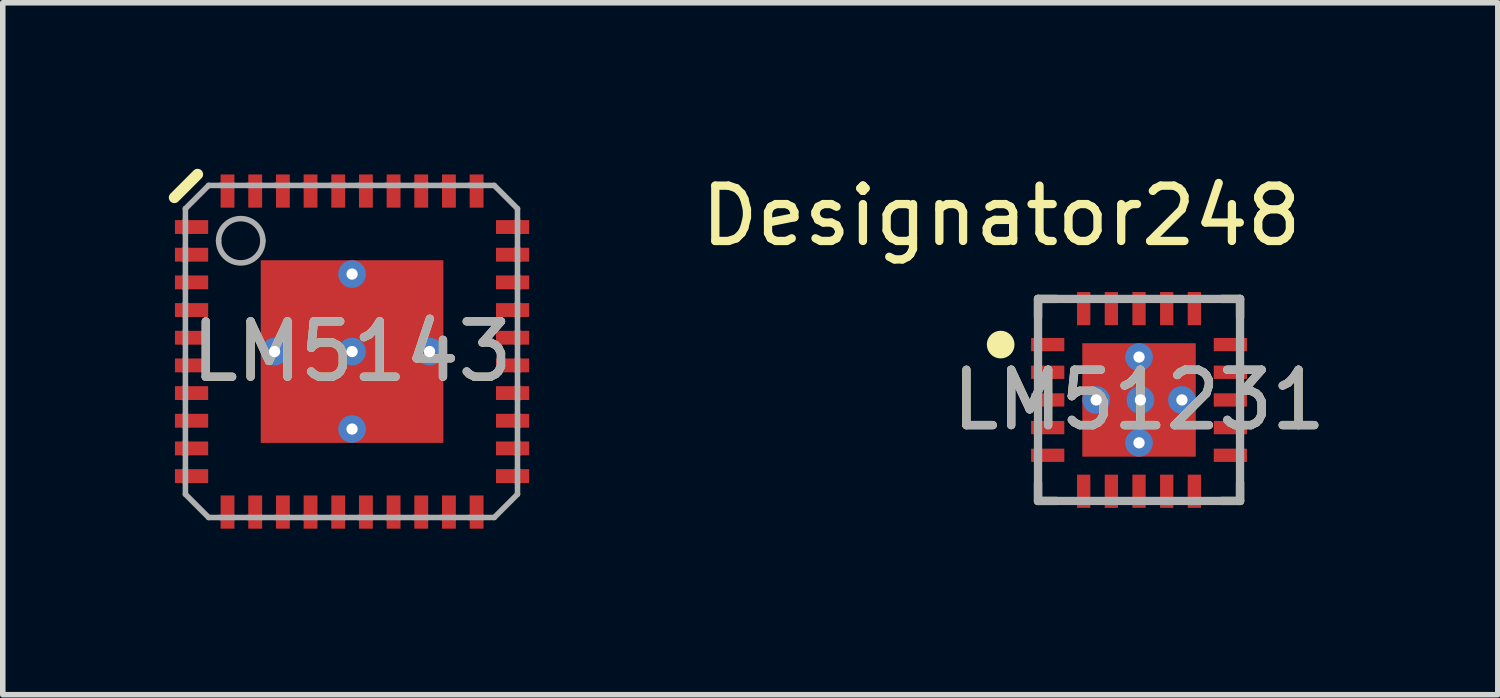
<source format=kicad_pcb>
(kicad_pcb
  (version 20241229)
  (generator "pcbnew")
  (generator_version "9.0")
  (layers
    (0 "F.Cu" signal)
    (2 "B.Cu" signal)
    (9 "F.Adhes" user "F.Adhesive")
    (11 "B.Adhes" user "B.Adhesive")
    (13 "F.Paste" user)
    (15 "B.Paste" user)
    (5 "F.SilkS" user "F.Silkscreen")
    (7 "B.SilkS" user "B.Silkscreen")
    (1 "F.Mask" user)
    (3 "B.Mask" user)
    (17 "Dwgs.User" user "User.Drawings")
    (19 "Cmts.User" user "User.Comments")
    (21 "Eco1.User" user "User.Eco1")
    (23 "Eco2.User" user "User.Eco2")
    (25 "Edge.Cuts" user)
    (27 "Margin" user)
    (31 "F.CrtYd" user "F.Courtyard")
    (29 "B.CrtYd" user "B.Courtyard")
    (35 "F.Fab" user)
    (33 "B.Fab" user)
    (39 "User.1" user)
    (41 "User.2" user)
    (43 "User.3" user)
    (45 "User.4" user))
  (footprint "LM5143"
    (layer "F.Cu")
    (at 3.311 3.302)
    (property "Reference" "LM5143" (at 0 0 0) (unlocked yes) (layer "F.SilkS") (effects (font (size 1 1) (thickness 0.15))))
    (attr smd)
    (fp_line (start -3.211 -2.782) (end -2.791 -3.202) (stroke (width 0.2) (type solid)) (layer "F.SilkS"))
    (fp_poly (pts (xy -0.1 -1.48) (xy -0.1 -0.15) (xy -0.101 -0.14) (xy -0.104 -0.131) (xy -0.108 -0.122) (xy -0.115 -0.115) (xy -0.122 -0.108) (xy -0.131 -0.104) (xy -0.14 -0.101) (xy -0.15 -0.1) (xy -1.48 -0.1) (xy -1.49 -0.101) (xy -1.499 -0.104) (xy -1.508 -0.108) (xy -1.515 -0.115) (xy -1.522 -0.122) (xy -1.526 -0.131) (xy -1.529 -0.14) (xy -1.53 -0.15) (xy -1.53 -1.48) (xy -1.529 -1.49) (xy -1.526 -1.499) (xy -1.522 -1.508) (xy -1.515 -1.515) (xy -1.508 -1.522) (xy -1.499 -1.526) (xy -1.49 -1.529) (xy -1.48 -1.53) (xy -0.15 -1.53) (xy -0.14 -1.529) (xy -0.131 -1.526) (xy -0.122 -1.522) (xy -0.115 -1.515) (xy -0.108 -1.508) (xy -0.104 -1.499) (xy -0.101 -1.49)) (stroke (width 0) (type solid)) (fill yes) (layer "F.Paste"))
    (fp_poly (pts (xy -0.1 0.15) (xy -0.1 1.48) (xy -0.101 1.49) (xy -0.104 1.499) (xy -0.108 1.508) (xy -0.115 1.515) (xy -0.122 1.522) (xy -0.131 1.526) (xy -0.14 1.529) (xy -0.15 1.53) (xy -1.48 1.53) (xy -1.49 1.529) (xy -1.499 1.526) (xy -1.508 1.522) (xy -1.515 1.515) (xy -1.522 1.508) (xy -1.526 1.499) (xy -1.529 1.49) (xy -1.53 1.48) (xy -1.53 0.15) (xy -1.529 0.14) (xy -1.526 0.131) (xy -1.522 0.122) (xy -1.515 0.115) (xy -1.508 0.108) (xy -1.499 0.104) (xy -1.49 0.101) (xy -1.48 0.1) (xy -0.15 0.1) (xy -0.14 0.101) (xy -0.131 0.104) (xy -0.122 0.108) (xy -0.115 0.115) (xy -0.108 0.122) (xy -0.104 0.131) (xy -0.101 0.14)) (stroke (width 0) (type solid)) (fill yes) (layer "F.Paste"))
    (fp_poly (pts (xy 0.1 -0.15) (xy 0.1 -1.48) (xy 0.101 -1.49) (xy 0.104 -1.499) (xy 0.108 -1.508) (xy 0.115 -1.515) (xy 0.122 -1.522) (xy 0.131 -1.526) (xy 0.14 -1.529) (xy 0.15 -1.53) (xy 1.48 -1.53) (xy 1.49 -1.529) (xy 1.499 -1.526) (xy 1.508 -1.522) (xy 1.515 -1.515) (xy 1.522 -1.508) (xy 1.526 -1.499) (xy 1.529 -1.49) (xy 1.53 -1.48) (xy 1.53 -0.15) (xy 1.529 -0.14) (xy 1.526 -0.131) (xy 1.522 -0.122) (xy 1.515 -0.115) (xy 1.508 -0.108) (xy 1.499 -0.104) (xy 1.49 -0.101) (xy 1.48 -0.1) (xy 0.15 -0.1) (xy 0.14 -0.101) (xy 0.131 -0.104) (xy 0.122 -0.108) (xy 0.115 -0.115) (xy 0.108 -0.122) (xy 0.104 -0.131) (xy 0.101 -0.14)) (stroke (width 0) (type solid)) (fill yes) (layer "F.Paste"))
    (fp_poly (pts (xy 0.1 1.48) (xy 0.1 0.15) (xy 0.101 0.14) (xy 0.104 0.131) (xy 0.108 0.122) (xy 0.115 0.115) (xy 0.122 0.108) (xy 0.131 0.104) (xy 0.14 0.101) (xy 0.15 0.1) (xy 1.48 0.1) (xy 1.49 0.101) (xy 1.499 0.104) (xy 1.508 0.108) (xy 1.515 0.115) (xy 1.522 0.122) (xy 1.526 0.131) (xy 1.529 0.14) (xy 1.53 0.15) (xy 1.53 1.48) (xy 1.529 1.49) (xy 1.526 1.499) (xy 1.522 1.508) (xy 1.515 1.515) (xy 1.508 1.522) (xy 1.499 1.526) (xy 1.49 1.529) (xy 1.48 1.53) (xy 0.15 1.53) (xy 0.14 1.529) (xy 0.131 1.526) (xy 0.122 1.522) (xy 0.115 1.515) (xy 0.108 1.508) (xy 0.104 1.499) (xy 0.101 1.49)) (stroke (width 0) (type solid)) (fill yes) (layer "F.Paste"))
    (fp_line (start -3.011 -2.582) (end -2.591 -3.002) (stroke (width 0.1) (type solid)) (layer "F.Fab"))
    (fp_line (start -3.011 -2.377) (end -3.011 -2.582) (stroke (width 0.1) (type solid)) (layer "F.Fab"))
    (fp_line (start -3.011 -2.127) (end -3.011 -2.377) (stroke (width 0.1) (type solid)) (layer "F.Fab"))
    (fp_line (start -3.011 -1.877) (end -3.011 -2.127) (stroke (width 0.1) (type solid)) (layer "F.Fab"))
    (fp_line (start -3.011 -1.627) (end -3.011 -1.877) (stroke (width 0.1) (type solid)) (layer "F.Fab"))
    (fp_line (start -3.011 -1.377) (end -3.011 -1.627) (stroke (width 0.1) (type solid)) (layer "F.Fab"))
    (fp_line (start -3.011 -1.127) (end -3.011 -1.377) (stroke (width 0.1) (type solid)) (layer "F.Fab"))
    (fp_line (start -3.011 -0.877) (end -3.011 -1.127) (stroke (width 0.1) (type solid)) (layer "F.Fab"))
    (fp_line (start -3.011 -0.627) (end -3.011 -0.877) (stroke (width 0.1) (type solid)) (layer "F.Fab"))
    (fp_line (start -3.011 -0.377) (end -3.011 -0.627) (stroke (width 0.1) (type solid)) (layer "F.Fab"))
    (fp_line (start -3.011 -0.127) (end -3.011 -0.377) (stroke (width 0.1) (type solid)) (layer "F.Fab"))
    (fp_line (start -3.011 0.123) (end -3.011 -0.127) (stroke (width 0.1) (type solid)) (layer "F.Fab"))
    (fp_line (start -3.011 0.373) (end -3.011 0.123) (stroke (width 0.1) (type solid)) (layer "F.Fab"))
    (fp_line (start -3.011 0.623) (end -3.011 0.373) (stroke (width 0.1) (type solid)) (layer "F.Fab"))
    (fp_line (start -3.011 0.873) (end -3.011 0.623) (stroke (width 0.1) (type solid)) (layer "F.Fab"))
    (fp_line (start -3.011 1.123) (end -3.011 0.873) (stroke (width 0.1) (type solid)) (layer "F.Fab"))
    (fp_line (start -3.011 1.373) (end -3.011 1.123) (stroke (width 0.1) (type solid)) (layer "F.Fab"))
    (fp_line (start -3.011 1.623) (end -3.011 1.373) (stroke (width 0.1) (type solid)) (layer "F.Fab"))
    (fp_line (start -3.011 1.873) (end -3.011 1.623) (stroke (width 0.1) (type solid)) (layer "F.Fab"))
    (fp_line (start -3.011 2.123) (end -3.011 1.873) (stroke (width 0.1) (type solid)) (layer "F.Fab"))
    (fp_line (start -3.011 2.373) (end -3.011 2.123) (stroke (width 0.1) (type solid)) (layer "F.Fab"))
    (fp_line (start -3.011 2.578) (end -3.011 2.373) (stroke (width 0.1) (type solid)) (layer "F.Fab"))
    (fp_line (start -3.011 2.578) (end -2.591 2.998) (stroke (width 0.1) (type solid)) (layer "F.Fab"))
    (fp_line (start -2.591 -3.002) (end -2.386 -3.002) (stroke (width 0.1) (type solid)) (layer "F.Fab"))
    (fp_line (start -2.591 2.998) (end -2.386 2.998) (stroke (width 0.1) (type solid)) (layer "F.Fab"))
    (fp_line (start -2.386 -3.002) (end -2.136 -3.002) (stroke (width 0.1) (type solid)) (layer "F.Fab"))
    (fp_line (start -2.386 2.998) (end -2.136 2.998) (stroke (width 0.1) (type solid)) (layer "F.Fab"))
    (fp_line (start -2.136 -3.002) (end -1.886 -3.002) (stroke (width 0.1) (type solid)) (layer "F.Fab"))
    (fp_line (start -2.136 2.998) (end -1.886 2.998) (stroke (width 0.1) (type solid)) (layer "F.Fab"))
    (fp_line (start -1.886 -3.002) (end -1.636 -3.002) (stroke (width 0.1) (type solid)) (layer "F.Fab"))
    (fp_line (start -1.886 2.998) (end -1.636 2.998) (stroke (width 0.1) (type solid)) (layer "F.Fab"))
    (fp_line (start -1.636 -3.002) (end -1.386 -3.002) (stroke (width 0.1) (type solid)) (layer "F.Fab"))
    (fp_line (start -1.636 2.998) (end -1.386 2.998) (stroke (width 0.1) (type solid)) (layer "F.Fab"))
    (fp_line (start -1.386 -3.002) (end -1.136 -3.002) (stroke (width 0.1) (type solid)) (layer "F.Fab"))
    (fp_line (start -1.386 2.998) (end -1.136 2.998) (stroke (width 0.1) (type solid)) (layer "F.Fab"))
    (fp_line (start -1.136 -3.002) (end -0.886 -3.002) (stroke (width 0.1) (type solid)) (layer "F.Fab"))
    (fp_line (start -1.136 2.998) (end -0.886 2.998) (stroke (width 0.1) (type solid)) (layer "F.Fab"))
    (fp_line (start -0.886 -3.002) (end -0.636 -3.002) (stroke (width 0.1) (type solid)) (layer "F.Fab"))
    (fp_line (start -0.886 2.998) (end -0.636 2.998) (stroke (width 0.1) (type solid)) (layer "F.Fab"))
    (fp_line (start -0.636 -3.002) (end -0.386 -3.002) (stroke (width 0.1) (type solid)) (layer "F.Fab"))
    (fp_line (start -0.636 2.998) (end -0.386 2.998) (stroke (width 0.1) (type solid)) (layer "F.Fab"))
    (fp_line (start -0.386 -3.002) (end -0.136 -3.002) (stroke (width 0.1) (type solid)) (layer "F.Fab"))
    (fp_line (start -0.386 2.998) (end -0.136 2.998) (stroke (width 0.1) (type solid)) (layer "F.Fab"))
    (fp_line (start -0.136 -3.002) (end 0.114 -3.002) (stroke (width 0.1) (type solid)) (layer "F.Fab"))
    (fp_line (start -0.136 2.998) (end 0.114 2.998) (stroke (width 0.1) (type solid)) (layer "F.Fab"))
    (fp_line (start 0.114 -3.002) (end 0.364 -3.002) (stroke (width 0.1) (type solid)) (layer "F.Fab"))
    (fp_line (start 0.114 2.998) (end 0.364 2.998) (stroke (width 0.1) (type solid)) (layer "F.Fab"))
    (fp_line (start 0.364 -3.002) (end 0.614 -3.002) (stroke (width 0.1) (type solid)) (layer "F.Fab"))
    (fp_line (start 0.364 2.998) (end 0.614 2.998) (stroke (width 0.1) (type solid)) (layer "F.Fab"))
    (fp_line (start 0.614 -3.002) (end 0.864 -3.002) (stroke (width 0.1) (type solid)) (layer "F.Fab"))
    (fp_line (start 0.614 2.998) (end 0.864 2.998) (stroke (width 0.1) (type solid)) (layer "F.Fab"))
    (fp_line (start 0.864 -3.002) (end 1.114 -3.002) (stroke (width 0.1) (type solid)) (layer "F.Fab"))
    (fp_line (start 0.864 2.998) (end 1.114 2.998) (stroke (width 0.1) (type solid)) (layer "F.Fab"))
    (fp_line (start 1.114 -3.002) (end 1.364 -3.002) (stroke (width 0.1) (type solid)) (layer "F.Fab"))
    (fp_line (start 1.114 2.998) (end 1.364 2.998) (stroke (width 0.1) (type solid)) (layer "F.Fab"))
    (fp_line (start 1.364 -3.002) (end 1.614 -3.002) (stroke (width 0.1) (type solid)) (layer "F.Fab"))
    (fp_line (start 1.364 2.998) (end 1.614 2.998) (stroke (width 0.1) (type solid)) (layer "F.Fab"))
    (fp_line (start 1.614 -3.002) (end 1.864 -3.002) (stroke (width 0.1) (type solid)) (layer "F.Fab"))
    (fp_line (start 1.614 2.998) (end 1.864 2.998) (stroke (width 0.1) (type solid)) (layer "F.Fab"))
    (fp_line (start 1.864 -3.002) (end 2.114 -3.002) (stroke (width 0.1) (type solid)) (layer "F.Fab"))
    (fp_line (start 1.864 2.998) (end 2.114 2.998) (stroke (width 0.1) (type solid)) (layer "F.Fab"))
    (fp_line (start 2.114 -3.002) (end 2.364 -3.002) (stroke (width 0.1) (type solid)) (layer "F.Fab"))
    (fp_line (start 2.114 2.998) (end 2.364 2.998) (stroke (width 0.1) (type solid)) (layer "F.Fab"))
    (fp_line (start 2.364 -3.002) (end 2.569 -3.002) (stroke (width 0.1) (type solid)) (layer "F.Fab"))
    (fp_line (start 2.364 2.998) (end 2.569 2.998) (stroke (width 0.1) (type solid)) (layer "F.Fab"))
    (fp_line (start 2.569 -3.002) (end 2.989 -2.582) (stroke (width 0.1) (type solid)) (layer "F.Fab"))
    (fp_line (start 2.569 2.998) (end 2.989 2.578) (stroke (width 0.1) (type solid)) (layer "F.Fab"))
    (fp_line (start 2.989 -2.377) (end 2.989 -2.582) (stroke (width 0.1) (type solid)) (layer "F.Fab"))
    (fp_line (start 2.989 -2.127) (end 2.989 -2.377) (stroke (width 0.1) (type solid)) (layer "F.Fab"))
    (fp_line (start 2.989 -1.877) (end 2.989 -2.127) (stroke (width 0.1) (type solid)) (layer "F.Fab"))
    (fp_line (start 2.989 -1.627) (end 2.989 -1.877) (stroke (width 0.1) (type solid)) (layer "F.Fab"))
    (fp_line (start 2.989 -1.377) (end 2.989 -1.627) (stroke (width 0.1) (type solid)) (layer "F.Fab"))
    (fp_line (start 2.989 -1.127) (end 2.989 -1.377) (stroke (width 0.1) (type solid)) (layer "F.Fab"))
    (fp_line (start 2.989 -0.877) (end 2.989 -1.127) (stroke (width 0.1) (type solid)) (layer "F.Fab"))
    (fp_line (start 2.989 -0.627) (end 2.989 -0.877) (stroke (width 0.1) (type solid)) (layer "F.Fab"))
    (fp_line (start 2.989 -0.377) (end 2.989 -0.627) (stroke (width 0.1) (type solid)) (layer "F.Fab"))
    (fp_line (start 2.989 -0.127) (end 2.989 -0.377) (stroke (width 0.1) (type solid)) (layer "F.Fab"))
    (fp_line (start 2.989 0.123) (end 2.989 -0.127) (stroke (width 0.1) (type solid)) (layer "F.Fab"))
    (fp_line (start 2.989 0.373) (end 2.989 0.123) (stroke (width 0.1) (type solid)) (layer "F.Fab"))
    (fp_line (start 2.989 0.623) (end 2.989 0.373) (stroke (width 0.1) (type solid)) (layer "F.Fab"))
    (fp_line (start 2.989 0.873) (end 2.989 0.623) (stroke (width 0.1) (type solid)) (layer "F.Fab"))
    (fp_line (start 2.989 1.123) (end 2.989 0.873) (stroke (width 0.1) (type solid)) (layer "F.Fab"))
    (fp_line (start 2.989 1.373) (end 2.989 1.123) (stroke (width 0.1) (type solid)) (layer "F.Fab"))
    (fp_line (start 2.989 1.623) (end 2.989 1.373) (stroke (width 0.1) (type solid)) (layer "F.Fab"))
    (fp_line (start 2.989 1.873) (end 2.989 1.623) (stroke (width 0.1) (type solid)) (layer "F.Fab"))
    (fp_line (start 2.989 2.123) (end 2.989 1.873) (stroke (width 0.1) (type solid)) (layer "F.Fab"))
    (fp_line (start 2.989 2.373) (end 2.989 2.123) (stroke (width 0.1) (type solid)) (layer "F.Fab"))
    (fp_line (start 2.989 2.578) (end 2.989 2.373) (stroke (width 0.1) (type solid)) (layer "F.Fab"))
    (fp_arc (start -2.41124 -2.002005) (mid -2.011241 -2.402004) (end -1.611241 -2.002005) (stroke (width 0.1) (type solid)) (layer "F.Fab"))
    (fp_arc (start -1.611241 -2.002005) (mid -2.011241 -1.602006) (end -2.41124 -2.002005) (stroke (width 0.1) (type solid)) (layer "F.Fab"))
    (fp_text user "${REFERENCE}" (at 0 0 0) (unlocked yes) (layer "F.Fab") (effects (font (size 1 1) (thickness 0.15))))
    (pad "1" smd rect (at -2.9 -2.25 90) (size 0.25 0.6) (layers "F.Cu" "F.Mask" "F.Paste"))
    (pad "2" smd rect (at -2.9 -1.75 90) (size 0.25 0.6) (layers "F.Cu" "F.Mask" "F.Paste"))
    (pad "3" smd rect (at -2.9 -1.25 90) (size 0.25 0.6) (layers "F.Cu" "F.Mask" "F.Paste"))
    (pad "4" smd rect (at -2.9 -0.75 90) (size 0.25 0.6) (layers "F.Cu" "F.Mask" "F.Paste"))
    (pad "5" smd rect (at -2.9 -0.25 90) (size 0.25 0.6) (layers "F.Cu" "F.Mask" "F.Paste"))
    (pad "6" smd rect (at -2.9 0.25 90) (size 0.25 0.6) (layers "F.Cu" "F.Mask" "F.Paste"))
    (pad "7" smd rect (at -2.9 0.75 90) (size 0.25 0.6) (layers "F.Cu" "F.Mask" "F.Paste"))
    (pad "8" smd rect (at -2.9 1.25 90) (size 0.25 0.6) (layers "F.Cu" "F.Mask" "F.Paste"))
    (pad "9" smd rect (at -2.9 1.75 90) (size 0.25 0.6) (layers "F.Cu" "F.Mask" "F.Paste"))
    (pad "10" smd rect (at -2.9 2.25 90) (size 0.25 0.6) (layers "F.Cu" "F.Mask" "F.Paste"))
    (pad "11" smd rect (at -2.25 2.9) (size 0.25 0.6) (layers "F.Cu" "F.Mask" "F.Paste"))
    (pad "12" smd rect (at -1.75 2.9) (size 0.25 0.6) (layers "F.Cu" "F.Mask" "F.Paste"))
    (pad "13" smd rect (at -1.25 2.9) (size 0.25 0.6) (layers "F.Cu" "F.Mask" "F.Paste"))
    (pad "14" smd rect (at -0.75 2.9) (size 0.25 0.6) (layers "F.Cu" "F.Mask" "F.Paste"))
    (pad "15" smd rect (at -0.25 2.9) (size 0.25 0.6) (layers "F.Cu" "F.Mask" "F.Paste"))
    (pad "16" smd rect (at 0.25 2.9) (size 0.25 0.6) (layers "F.Cu" "F.Mask" "F.Paste"))
    (pad "17" smd rect (at 0.75 2.9) (size 0.25 0.6) (layers "F.Cu" "F.Mask" "F.Paste"))
    (pad "18" smd rect (at 1.25 2.9) (size 0.25 0.6) (layers "F.Cu" "F.Mask" "F.Paste"))
    (pad "19" smd rect (at 1.75 2.9) (size 0.25 0.6) (layers "F.Cu" "F.Mask" "F.Paste"))
    (pad "20" smd rect (at 2.25 2.9) (size 0.25 0.6) (layers "F.Cu" "F.Mask" "F.Paste"))
    (pad "21" smd rect (at 2.9 2.25 90) (size 0.25 0.6) (layers "F.Cu" "F.Mask" "F.Paste"))
    (pad "22" smd rect (at 2.9 1.75 90) (size 0.25 0.6) (layers "F.Cu" "F.Mask" "F.Paste"))
    (pad "23" smd rect (at 2.9 1.25 90) (size 0.25 0.6) (layers "F.Cu" "F.Mask" "F.Paste"))
    (pad "24" smd rect (at 2.9 0.75 90) (size 0.25 0.6) (layers "F.Cu" "F.Mask" "F.Paste"))
    (pad "25" smd rect (at 2.9 0.25 90) (size 0.25 0.6) (layers "F.Cu" "F.Mask" "F.Paste"))
    (pad "26" smd rect (at 2.9 -0.25 90) (size 0.25 0.6) (layers "F.Cu" "F.Mask" "F.Paste"))
    (pad "27" smd rect (at 2.9 -0.75 90) (size 0.25 0.6) (layers "F.Cu" "F.Mask" "F.Paste"))
    (pad "28" smd rect (at 2.9 -1.25 90) (size 0.25 0.6) (layers "F.Cu" "F.Mask" "F.Paste"))
    (pad "29" smd rect (at 2.9 -1.75 90) (size 0.25 0.6) (layers "F.Cu" "F.Mask" "F.Paste"))
    (pad "30" smd rect (at 2.9 -2.25 90) (size 0.25 0.6) (layers "F.Cu" "F.Mask" "F.Paste"))
    (pad "31" smd rect (at 2.25 -2.9) (size 0.25 0.6) (layers "F.Cu" "F.Mask" "F.Paste"))
    (pad "32" smd rect (at 1.75 -2.9) (size 0.25 0.6) (layers "F.Cu" "F.Mask" "F.Paste"))
    (pad "33" smd rect (at 1.25 -2.9) (size 0.25 0.6) (layers "F.Cu" "F.Mask" "F.Paste"))
    (pad "34" smd rect (at 0.75 -2.9) (size 0.25 0.6) (layers "F.Cu" "F.Mask" "F.Paste"))
    (pad "35" smd rect (at 0.25 -2.9) (size 0.25 0.6) (layers "F.Cu" "F.Mask" "F.Paste"))
    (pad "36" smd rect (at -0.25 -2.9) (size 0.25 0.6) (layers "F.Cu" "F.Mask" "F.Paste"))
    (pad "37" smd rect (at -0.75 -2.9) (size 0.25 0.6) (layers "F.Cu" "F.Mask" "F.Paste"))
    (pad "38" smd rect (at -1.25 -2.9) (size 0.25 0.6) (layers "F.Cu" "F.Mask" "F.Paste"))
    (pad "39" smd rect (at -1.75 -2.9) (size 0.25 0.6) (layers "F.Cu" "F.Mask" "F.Paste"))
    (pad "40" smd rect (at -2.25 -2.9) (size 0.25 0.6) (layers "F.Cu" "F.Mask" "F.Paste"))
    (pad "41" smd rect (at 0 0) (size 3.3 3.3) (layers "F.Cu" "F.Mask"))
    (pad "V" thru_hole circle (at -1.4 0) (size 0.5 0.5) (drill 0.203) (layers "*.Cu" "*.Mask"))
    (pad "V" thru_hole circle (at 0 -1.4) (size 0.5 0.5) (drill 0.203) (layers "*.Cu" "*.Mask"))
    (pad "V" thru_hole circle (at 0 0) (size 0.5 0.5) (drill 0.203) (layers "*.Cu" "*.Mask"))
    (pad "V" thru_hole circle (at 0 1.4) (size 0.5 0.5) (drill 0.203) (layers "*.Cu" "*.Mask"))
    (pad "V" thru_hole circle (at 1.4 0) (size 0.5 0.5) (drill 0.203) (layers "*.Cu" "*.Mask")))
  (footprint "LM51231"
    (layer "F.Cu")
    (at 17.53 4.176)
    (property "Reference" "LM51231" (at 0 0 0) (unlocked yes) (layer "F.SilkS") (effects (font (size 1 1) (thickness 0.15))))
    (attr smd)
    (fp_line (start -1.825 -1.825) (end -1.495 -1.825) (stroke (width 0.15) (type solid)) (layer "F.SilkS"))
    (fp_line (start -1.825 -1.495) (end -1.825 -1.825) (stroke (width 0.15) (type solid)) (layer "F.SilkS"))
    (fp_line (start -1.825 1.825) (end -1.825 1.495) (stroke (width 0.15) (type solid)) (layer "F.SilkS"))
    (fp_line (start -1.825 1.825) (end -1.495 1.825) (stroke (width 0.15) (type solid)) (layer "F.SilkS"))
    (fp_line (start 1.495 -1.825) (end 1.825 -1.825) (stroke (width 0.15) (type solid)) (layer "F.SilkS"))
    (fp_line (start 1.495 1.825) (end 1.825 1.825) (stroke (width 0.15) (type solid)) (layer "F.SilkS"))
    (fp_line (start 1.825 -1.495) (end 1.825 -1.825) (stroke (width 0.15) (type solid)) (layer "F.SilkS"))
    (fp_line (start 1.825 1.825) (end 1.825 1.495) (stroke (width 0.15) (type solid)) (layer "F.SilkS"))
    (fp_circle (center -2.5 -1) (end -2.375 -1) (stroke (width 0.25) (type solid)) (fill no) (layer "F.SilkS"))
    (fp_poly (pts (xy -0.1 -0.15) (xy -0.15 -0.1) (xy -0.97 -0.1) (xy -1.02 -0.15) (xy -1.02 -0.97) (xy -0.97 -1.02) (xy -0.15 -1.02) (xy -0.1 -0.97)) (stroke (width 0) (type solid)) (fill yes) (layer "F.Paste"))
    (fp_poly (pts (xy -0.1 0.15) (xy -0.1 0.97) (xy -0.15 1.02) (xy -0.97 1.02) (xy -1.02 0.97) (xy -1.02 0.15) (xy -0.97 0.1) (xy -0.15 0.1)) (stroke (width 0) (type solid)) (fill yes) (layer "F.Paste"))
    (fp_poly (pts (xy 0.97 0.1) (xy 1.02 0.15) (xy 1.02 0.97) (xy 0.97 1.02) (xy 0.15 1.02) (xy 0.1 0.97) (xy 0.1 0.15) (xy 0.15 0.1)) (stroke (width 0) (type solid)) (fill yes) (layer "F.Paste"))
    (fp_poly (pts (xy 1.02 -0.97) (xy 1.02 -0.15) (xy 0.97 -0.1) (xy 0.15 -0.1) (xy 0.1 -0.15) (xy 0.1 -0.97) (xy 0.15 -1.02) (xy 0.97 -1.02)) (stroke (width 0) (type solid)) (fill yes) (layer "F.Paste"))
    (fp_line (start -1.825 -1.825) (end 1.825 -1.825) (stroke (width 0.15) (type solid)) (layer "F.Fab"))
    (fp_line (start -1.825 1.825) (end -1.825 -1.825) (stroke (width 0.15) (type solid)) (layer "F.Fab"))
    (fp_line (start -1.825 1.825) (end 1.825 1.825) (stroke (width 0.15) (type solid)) (layer "F.Fab"))
    (fp_line (start 1.825 1.825) (end 1.825 -1.825) (stroke (width 0.15) (type solid)) (layer "F.Fab"))
    (fp_text user "Designator248" (at -2.489 -3.327 0) (unlocked yes) (layer "F.SilkS") (effects (font (size 1 1) (thickness 0.15))))
    (fp_text user "${REFERENCE}" (at 0 0 0) (unlocked yes) (layer "F.Fab") (effects (font (size 1 1) (thickness 0.15))))
    (pad "1" smd rect (at -1.65 -1) (size 0.6 0.24) (layers "F.Cu" "F.Mask" "F.Paste"))
    (pad "2" smd rect (at -1.65 -0.5) (size 0.6 0.24) (layers "F.Cu" "F.Mask" "F.Paste"))
    (pad "3" smd rect (at -1.65 0) (size 0.6 0.24) (layers "F.Cu" "F.Mask" "F.Paste"))
    (pad "4" smd rect (at -1.65 0.5) (size 0.6 0.24) (layers "F.Cu" "F.Mask" "F.Paste"))
    (pad "5" smd rect (at -1.65 1) (size 0.6 0.24) (layers "F.Cu" "F.Mask" "F.Paste"))
    (pad "6" smd rect (at -1 1.65 90) (size 0.6 0.24) (layers "F.Cu" "F.Mask" "F.Paste"))
    (pad "7" smd rect (at -0.5 1.65 90) (size 0.6 0.24) (layers "F.Cu" "F.Mask" "F.Paste"))
    (pad "8" smd rect (at 0 1.65 90) (size 0.6 0.24) (layers "F.Cu" "F.Mask" "F.Paste"))
    (pad "9" smd rect (at 0.5 1.65 90) (size 0.6 0.24) (layers "F.Cu" "F.Mask" "F.Paste"))
    (pad "10" smd rect (at 1 1.65 90) (size 0.6 0.24) (layers "F.Cu" "F.Mask" "F.Paste"))
    (pad "11" smd rect (at 1.65 1) (size 0.6 0.24) (layers "F.Cu" "F.Mask" "F.Paste"))
    (pad "12" smd rect (at 1.65 0.5) (size 0.6 0.24) (layers "F.Cu" "F.Mask" "F.Paste"))
    (pad "13" smd rect (at 1.65 0) (size 0.6 0.24) (layers "F.Cu" "F.Mask" "F.Paste"))
    (pad "14" smd rect (at 1.65 -0.5) (size 0.6 0.24) (layers "F.Cu" "F.Mask" "F.Paste"))
    (pad "15" smd rect (at 1.65 -1) (size 0.6 0.24) (layers "F.Cu" "F.Mask" "F.Paste"))
    (pad "16" smd rect (at 1 -1.65 90) (size 0.6 0.24) (layers "F.Cu" "F.Mask" "F.Paste"))
    (pad "17" smd rect (at 0.5 -1.65 90) (size 0.6 0.24) (layers "F.Cu" "F.Mask" "F.Paste"))
    (pad "18" smd rect (at 0 -1.65 90) (size 0.6 0.24) (layers "F.Cu" "F.Mask" "F.Paste"))
    (pad "19" smd rect (at -0.5 -1.65 90) (size 0.6 0.24) (layers "F.Cu" "F.Mask" "F.Paste"))
    (pad "20" smd rect (at -1 -1.65 90) (size 0.6 0.24) (layers "F.Cu" "F.Mask" "F.Paste"))
    (pad "21" smd rect (at 0 0) (size 2.05 2.05) (layers "F.Cu" "F.Mask"))
    (pad "22" thru_hole circle (at -0.775 0) (size 0.5 0.5) (drill 0.203) (layers "*.Cu" "*.Mask"))
    (pad "23" thru_hole circle (at 0.025 0) (size 0.5 0.5) (drill 0.203) (layers "*.Cu" "*.Mask"))
    (pad "24" thru_hole circle (at 0.775 0) (size 0.5 0.5) (drill 0.203) (layers "*.Cu" "*.Mask"))
    (pad "25" thru_hole circle (at 0 0.775) (size 0.5 0.5) (drill 0.203) (layers "*.Cu" "*.Mask"))
    (pad "26" thru_hole circle (at 0 -0.775) (size 0.5 0.5) (drill 0.203) (layers "*.Cu" "*.Mask")))
  (gr_rect
    (start -3 -3)
    (end 24.012 9.502)
    (stroke (width 0.1) (type default))
    (fill no)
    (layer "Edge.Cuts")))
</source>
